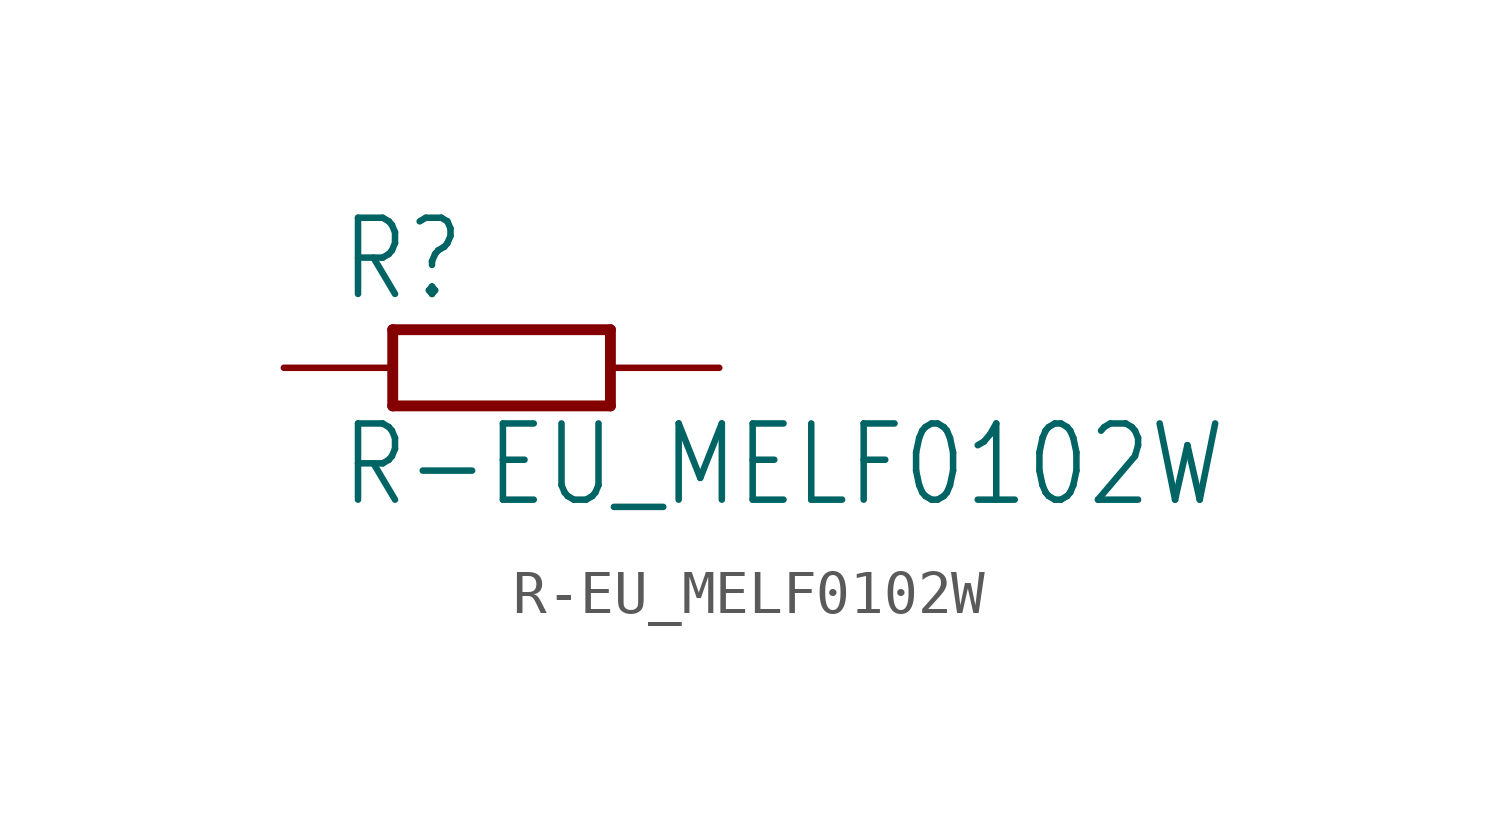
<source format=kicad_sym>
(kicad_symbol_lib
  (version 20211014)
  (generator kicad_symbol_editor)
  (symbol "R-EU_MELF0102W"
    (property "Reference" "R"
      (at -3.81 1.499 0)
      (effects (font (size 1.778 1.511)) (justify left bottom)))
    (property "Value" "R-EU_MELF0102W"
      (at -3.81 -3.302 0)
      (effects (font (size 1.778 1.511)) (justify left bottom)))
    (property "ki_locked" ""
      (at 0 0 0)
      (effects (font (size 1.27 1.27))))
    (symbol "R-EU_MELF0102W_1_0"
      (polyline (pts (xy -2.54 -0.889) (xy -2.54 0.889)) (stroke (width 0.254) (type default) (color 0 0 0 0)) (fill (type none)))
      (polyline (pts (xy -2.54 -0.889) (xy 2.54 -0.889)) (stroke (width 0.254) (type default) (color 0 0 0 0)) (fill (type none)))
      (polyline (pts (xy 2.54 -0.889) (xy 2.54 0.889)) (stroke (width 0.254) (type default) (color 0 0 0 0)) (fill (type none)))
      (polyline (pts (xy 2.54 0.889) (xy -2.54 0.889)) (stroke (width 0.254) (type default) (color 0 0 0 0)) (fill (type none)))
      (pin passive line (at -5.08 0 0) (length 2.54) (name "1" (effects (font (size 0 0)))) (number "1" (effects (font (size 0 0)))))
      (pin passive line (at 5.08 0 180) (length 2.54) (name "2" (effects (font (size 0 0)))) (number "2" (effects (font (size 0 0))))))))
</source>
